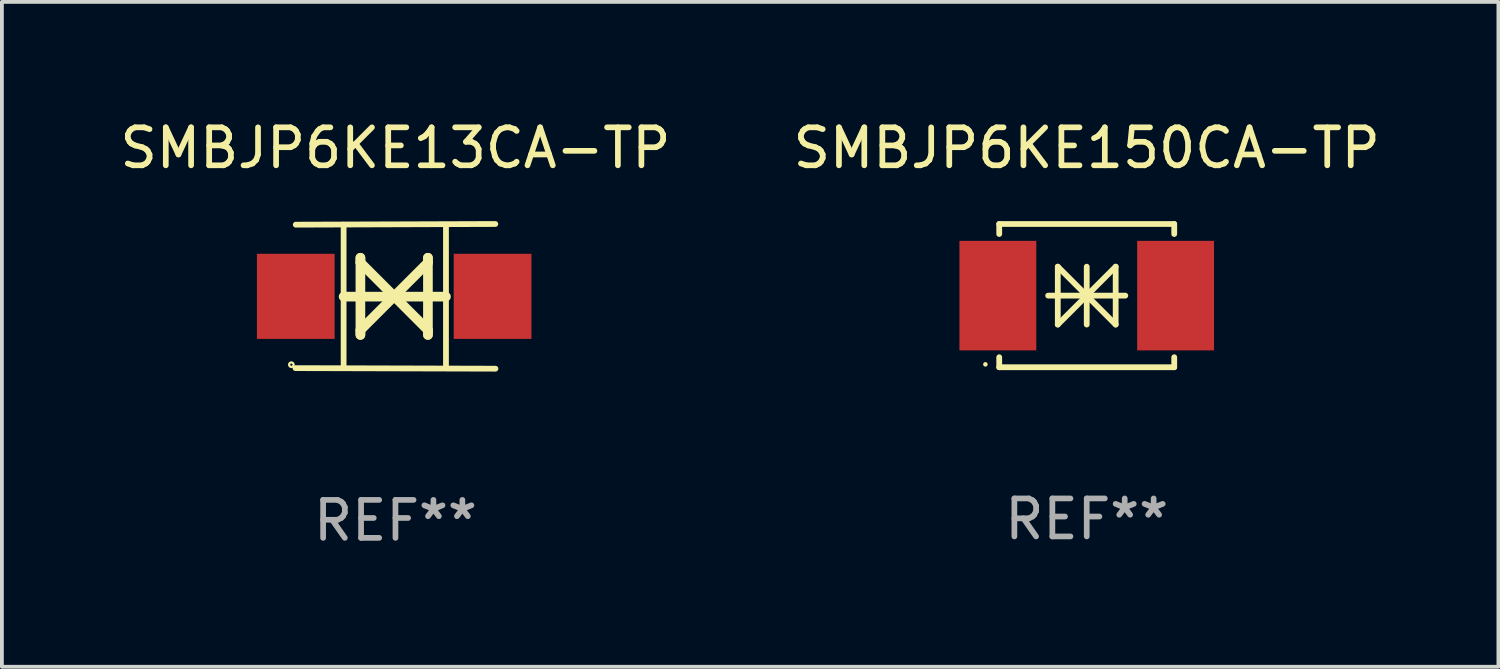
<source format=kicad_pcb>
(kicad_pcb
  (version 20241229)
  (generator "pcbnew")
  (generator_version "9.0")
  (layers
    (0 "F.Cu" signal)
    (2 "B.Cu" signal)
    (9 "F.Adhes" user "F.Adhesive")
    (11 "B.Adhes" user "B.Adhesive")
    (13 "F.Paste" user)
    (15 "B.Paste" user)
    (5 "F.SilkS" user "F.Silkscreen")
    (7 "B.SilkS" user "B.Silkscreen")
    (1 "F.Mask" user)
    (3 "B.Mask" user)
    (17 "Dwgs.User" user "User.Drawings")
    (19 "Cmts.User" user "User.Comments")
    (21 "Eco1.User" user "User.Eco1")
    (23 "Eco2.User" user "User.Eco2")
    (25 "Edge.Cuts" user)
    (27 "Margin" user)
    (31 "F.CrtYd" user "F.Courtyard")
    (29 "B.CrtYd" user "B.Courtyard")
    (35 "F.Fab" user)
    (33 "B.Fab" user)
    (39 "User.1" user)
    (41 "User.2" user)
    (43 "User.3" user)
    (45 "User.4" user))
  (footprint "SMBJP6KE13CA-TP"
    (layer "F.Cu")
    (at 7.363 4.753)
    (property "Reference" "SMBJP6KE13CA-TP" (at 0 -3.905 0) (layer "F.SilkS") (effects (font (size 1 1) (thickness 0.15))))
    (attr through_hole)
    (fp_line (start -1.365 1.886) (end -1.365 -1.886) (stroke (width 0.152) (type solid)) (layer "F.SilkS"))
    (fp_line (start -1.365 0.008) (end 1.33 0.008) (stroke (width 0.254) (type solid)) (layer "F.SilkS"))
    (fp_line (start -0.923 -1.016) (end -0.923 1.016) (stroke (width 0.254) (type solid)) (layer "F.SilkS"))
    (fp_line (start -0.923 -0.889) (end -0.923 -1.016) (stroke (width 0.254) (type solid)) (layer "F.SilkS"))
    (fp_line (start -0.923 0.889) (end -0.034 0) (stroke (width 0.254) (type solid)) (layer "F.SilkS"))
    (fp_line (start -0.923 1.016) (end -0.923 0.889) (stroke (width 0.254) (type solid)) (layer "F.SilkS"))
    (fp_line (start -0.034 0) (end -0.923 -0.889) (stroke (width 0.254) (type solid)) (layer "F.SilkS"))
    (fp_line (start -0.034 0) (end 0.855 0.889) (stroke (width 0.254) (type solid)) (layer "F.SilkS"))
    (fp_line (start 0.855 -1.016) (end 0.855 -0.889) (stroke (width 0.254) (type solid)) (layer "F.SilkS"))
    (fp_line (start 0.855 -0.889) (end -0.034 0) (stroke (width 0.254) (type solid)) (layer "F.SilkS"))
    (fp_line (start 0.855 0.889) (end 0.855 1.016) (stroke (width 0.254) (type solid)) (layer "F.SilkS"))
    (fp_line (start 0.855 1.016) (end 0.855 -1.016) (stroke (width 0.254) (type solid)) (layer "F.SilkS"))
    (fp_line (start 1.33 1.886) (end 1.33 -1.886) (stroke (width 0.152) (type solid)) (layer "F.SilkS"))
    (fp_line (start 2.629 -1.905) (end -2.625 -1.887) (stroke (width 0.152) (type solid)) (layer "F.SilkS"))
    (fp_line (start 2.633 1.905) (end -2.633 1.89) (stroke (width 0.152) (type solid)) (layer "F.SilkS"))
    (fp_circle (center -2.741 1.8) (end -2.712 1.8) (stroke (width 0.06) (type solid)) (fill no) (layer "F.SilkS"))
    (fp_text user "REF**" (at 0 5.905 0) (layer "F.Fab") (effects (font (size 1 1) (thickness 0.15))))
    (pad "1" smd rect (at -2.625 0) (size 2.047 2.241) (layers "F.Cu" "F.Mask" "F.Paste"))
    (pad "2" smd rect (at 2.557 0) (size 2.047 2.241) (layers "F.Cu" "F.Mask" "F.Paste")))
  (footprint "SMBJP6KE150CA-TP"
    (layer "F.Cu")
    (at 25.565 4.734)
    (property "Reference" "SMBJP6KE150CA-TP" (at 0 -3.886 0) (layer "F.SilkS") (effects (font (size 1 1) (thickness 0.15))))
    (attr through_hole)
    (fp_line (start -2.304 -1.886) (end -2.304 -1.622) (stroke (width 0.152) (type solid)) (layer "F.SilkS"))
    (fp_line (start -2.304 -1.886) (end 2.304 -1.886) (stroke (width 0.152) (type solid)) (layer "F.SilkS"))
    (fp_line (start -2.304 1.622) (end -2.304 1.886) (stroke (width 0.152) (type solid)) (layer "F.SilkS"))
    (fp_line (start -2.304 1.886) (end 2.304 1.886) (stroke (width 0.152) (type solid)) (layer "F.SilkS"))
    (fp_line (start -1.016 0) (end 1.016 0) (stroke (width 0.152) (type solid)) (layer "F.SilkS"))
    (fp_line (start -0.762 -0.762) (end -0.762 0.762) (stroke (width 0.152) (type solid)) (layer "F.SilkS"))
    (fp_line (start -0.762 0.762) (end 0 0) (stroke (width 0.152) (type solid)) (layer "F.SilkS"))
    (fp_line (start 0 -0.762) (end 0 0.762) (stroke (width 0.152) (type solid)) (layer "F.SilkS"))
    (fp_line (start 0 0) (end -0.762 -0.762) (stroke (width 0.152) (type solid)) (layer "F.SilkS"))
    (fp_line (start 0 0) (end 0.762 0.762) (stroke (width 0.152) (type solid)) (layer "F.SilkS"))
    (fp_line (start 0.762 -0.762) (end 0 0) (stroke (width 0.152) (type solid)) (layer "F.SilkS"))
    (fp_line (start 0.762 0.762) (end 0.762 -0.762) (stroke (width 0.152) (type solid)) (layer "F.SilkS"))
    (fp_line (start 2.304 -1.886) (end 2.304 -1.622) (stroke (width 0.152) (type solid)) (layer "F.SilkS"))
    (fp_line (start 2.304 1.622) (end 2.304 1.886) (stroke (width 0.152) (type solid)) (layer "F.SilkS"))
    (fp_circle (center -2.668 1.81) (end -2.638 1.81) (stroke (width 0.06) (type solid)) (fill no) (layer "F.SilkS"))
    (fp_text user "REF**" (at 0 5.886 0) (layer "F.Fab") (effects (font (size 1 1) (thickness 0.15))))
    (pad "1" smd rect (at -2.34 0) (size 2.024 2.884) (layers "F.Cu" "F.Mask" "F.Paste"))
    (pad "2" smd rect (at 2.34 0) (size 2.024 2.884) (layers "F.Cu" "F.Mask" "F.Paste")))
  (gr_rect
    (start -3 -3)
    (end 36.405 14.507)
    (stroke (width 0.1) (type default))
    (fill no)
    (layer "Edge.Cuts")))
</source>
